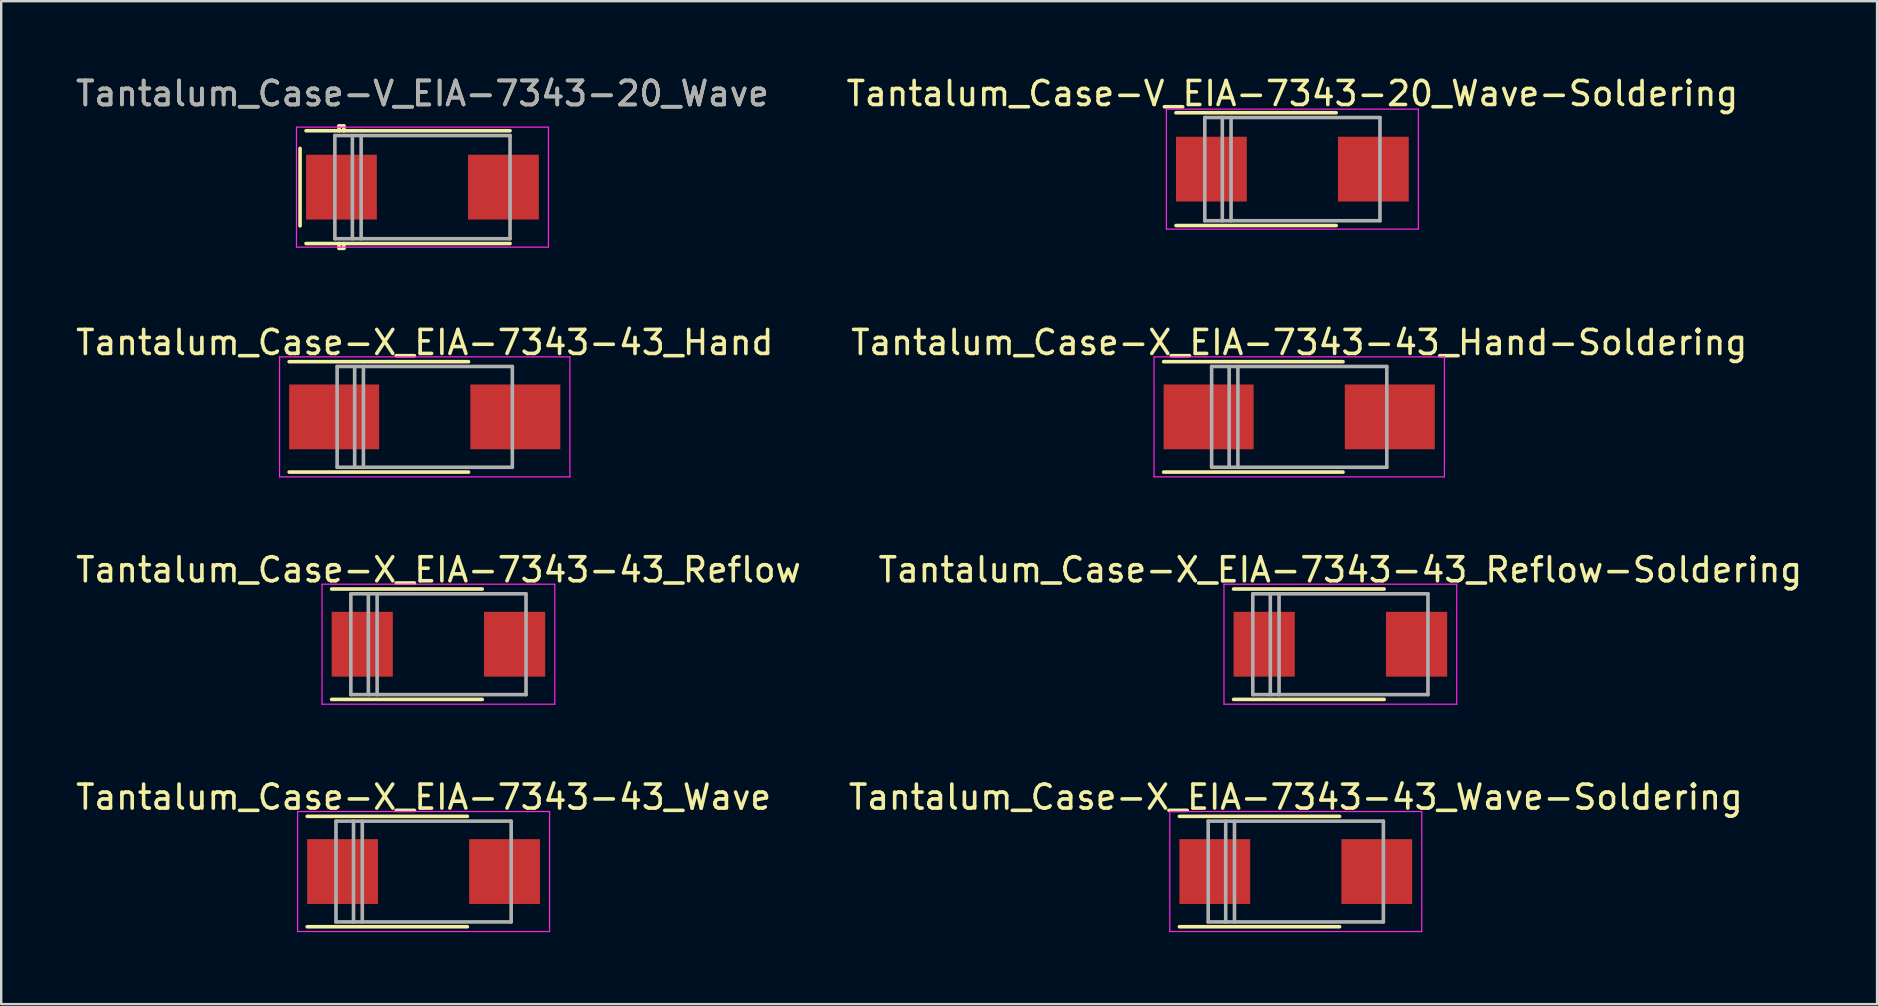
<source format=kicad_pcb>
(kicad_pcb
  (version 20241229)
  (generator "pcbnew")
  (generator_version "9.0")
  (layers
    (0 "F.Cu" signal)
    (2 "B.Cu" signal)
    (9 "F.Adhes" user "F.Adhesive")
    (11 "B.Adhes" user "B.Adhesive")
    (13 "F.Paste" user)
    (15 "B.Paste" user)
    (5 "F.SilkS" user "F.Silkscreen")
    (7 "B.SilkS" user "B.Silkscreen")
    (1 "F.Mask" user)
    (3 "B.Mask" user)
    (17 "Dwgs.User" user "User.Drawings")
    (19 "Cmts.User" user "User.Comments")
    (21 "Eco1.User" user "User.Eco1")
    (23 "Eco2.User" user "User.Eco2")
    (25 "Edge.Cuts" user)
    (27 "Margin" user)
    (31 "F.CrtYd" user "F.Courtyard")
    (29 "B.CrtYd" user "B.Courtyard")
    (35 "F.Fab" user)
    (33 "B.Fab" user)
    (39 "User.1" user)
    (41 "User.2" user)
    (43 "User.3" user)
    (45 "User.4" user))
  (footprint "Tantalum_Case-X_EIA-7343-43_Reflow"
    (layer "F.Cu")
    (at 15.22 23.795)
    (property "Reference" "Tantalum_Case-X_EIA-7343-43_Reflow" (at 0 -3.1 0) (layer "F.SilkS") (effects (font (size 1 1) (thickness 0.15))))
    (attr smd)
    (fp_line (start 1.825 -2.3) (end -4.45 -2.3) (stroke (width 0.15) (type solid)) (layer "F.SilkS"))
    (fp_line (start 1.825 2.3) (end -4.45 2.3) (stroke (width 0.15) (type solid)) (layer "F.SilkS"))
    (fp_line (start -4.85 -2.5) (end -4.85 2.5) (stroke (width 0.05) (type solid)) (layer "F.CrtYd"))
    (fp_line (start -4.85 2.5) (end 4.85 2.5) (stroke (width 0.05) (type solid)) (layer "F.CrtYd"))
    (fp_line (start 4.85 -2.5) (end -4.85 -2.5) (stroke (width 0.05) (type solid)) (layer "F.CrtYd"))
    (fp_line (start 4.85 2.5) (end 4.85 -2.5) (stroke (width 0.05) (type solid)) (layer "F.CrtYd"))
    (fp_line (start -3.65 -2.1) (end -3.65 2.1) (stroke (width 0.15) (type solid)) (layer "F.Fab"))
    (fp_line (start -3.65 2.1) (end 3.65 2.1) (stroke (width 0.15) (type solid)) (layer "F.Fab"))
    (fp_line (start -2.92 -2.1) (end -2.92 2.1) (stroke (width 0.15) (type solid)) (layer "F.Fab"))
    (fp_line (start -2.555 -2.1) (end -2.555 2.1) (stroke (width 0.15) (type solid)) (layer "F.Fab"))
    (fp_line (start 3.65 -2.1) (end -3.65 -2.1) (stroke (width 0.15) (type solid)) (layer "F.Fab"))
    (fp_line (start 3.65 2.1) (end 3.65 -2.1) (stroke (width 0.15) (type solid)) (layer "F.Fab"))
    (pad "1" smd rect (at -3.175 0) (size 2.55 2.7) (layers "F.Cu" "F.Mask" "F.Paste"))
    (pad "2" smd rect (at 3.175 0) (size 2.55 2.7) (layers "F.Cu" "F.Mask" "F.Paste")))
  (footprint "Tantalum_Case-X_EIA-7343-43_Wave-Soldering"
    (layer "F.Cu")
    (at 50.946 33.268)
    (property "Reference" "Tantalum_Case-X_EIA-7343-43_Wave-Soldering" (at 0 -3.1 0) (layer "F.SilkS") (effects (font (size 1 1) (thickness 0.15))))
    (attr smd)
    (fp_line (start 1.825 -2.3) (end -4.85 -2.3) (stroke (width 0.15) (type solid)) (layer "F.SilkS"))
    (fp_line (start 1.825 2.3) (end -4.85 2.3) (stroke (width 0.15) (type solid)) (layer "F.SilkS"))
    (fp_line (start -5.25 -2.5) (end -5.25 2.5) (stroke (width 0.05) (type solid)) (layer "F.CrtYd"))
    (fp_line (start -5.25 2.5) (end 5.25 2.5) (stroke (width 0.05) (type solid)) (layer "F.CrtYd"))
    (fp_line (start 5.25 -2.5) (end -5.25 -2.5) (stroke (width 0.05) (type solid)) (layer "F.CrtYd"))
    (fp_line (start 5.25 2.5) (end 5.25 -2.5) (stroke (width 0.05) (type solid)) (layer "F.CrtYd"))
    (fp_line (start -3.65 -2.1) (end -3.65 2.1) (stroke (width 0.15) (type solid)) (layer "F.Fab"))
    (fp_line (start -3.65 2.1) (end 3.65 2.1) (stroke (width 0.15) (type solid)) (layer "F.Fab"))
    (fp_line (start -2.92 -2.1) (end -2.92 2.1) (stroke (width 0.15) (type solid)) (layer "F.Fab"))
    (fp_line (start -2.555 -2.1) (end -2.555 2.1) (stroke (width 0.15) (type solid)) (layer "F.Fab"))
    (fp_line (start 3.65 -2.1) (end -3.65 -2.1) (stroke (width 0.15) (type solid)) (layer "F.Fab"))
    (fp_line (start 3.65 2.1) (end 3.65 -2.1) (stroke (width 0.15) (type solid)) (layer "F.Fab"))
    (pad "1" smd rect (at -3.375 0) (size 2.95 2.7) (layers "F.Cu" "F.Mask" "F.Paste"))
    (pad "2" smd rect (at 3.375 0) (size 2.95 2.7) (layers "F.Cu" "F.Mask" "F.Paste")))
  (footprint "Tantalum_Case-X_EIA-7343-43_Wave"
    (layer "F.Cu")
    (at 14.601 33.268)
    (property "Reference" "Tantalum_Case-X_EIA-7343-43_Wave" (at 0 -3.1 0) (layer "F.SilkS") (effects (font (size 1 1) (thickness 0.15))))
    (attr smd)
    (fp_line (start 1.825 -2.3) (end -4.85 -2.3) (stroke (width 0.15) (type solid)) (layer "F.SilkS"))
    (fp_line (start 1.825 2.3) (end -4.85 2.3) (stroke (width 0.15) (type solid)) (layer "F.SilkS"))
    (fp_line (start -5.25 -2.5) (end -5.25 2.5) (stroke (width 0.05) (type solid)) (layer "F.CrtYd"))
    (fp_line (start -5.25 2.5) (end 5.25 2.5) (stroke (width 0.05) (type solid)) (layer "F.CrtYd"))
    (fp_line (start 5.25 -2.5) (end -5.25 -2.5) (stroke (width 0.05) (type solid)) (layer "F.CrtYd"))
    (fp_line (start 5.25 2.5) (end 5.25 -2.5) (stroke (width 0.05) (type solid)) (layer "F.CrtYd"))
    (fp_line (start -3.65 -2.1) (end -3.65 2.1) (stroke (width 0.15) (type solid)) (layer "F.Fab"))
    (fp_line (start -3.65 2.1) (end 3.65 2.1) (stroke (width 0.15) (type solid)) (layer "F.Fab"))
    (fp_line (start -2.92 -2.1) (end -2.92 2.1) (stroke (width 0.15) (type solid)) (layer "F.Fab"))
    (fp_line (start -2.555 -2.1) (end -2.555 2.1) (stroke (width 0.15) (type solid)) (layer "F.Fab"))
    (fp_line (start 3.65 -2.1) (end -3.65 -2.1) (stroke (width 0.15) (type solid)) (layer "F.Fab"))
    (fp_line (start 3.65 2.1) (end 3.65 -2.1) (stroke (width 0.15) (type solid)) (layer "F.Fab"))
    (pad "1" smd rect (at -3.375 0) (size 2.95 2.7) (layers "F.Cu" "F.Mask" "F.Paste"))
    (pad "2" smd rect (at 3.375 0) (size 2.95 2.7) (layers "F.Cu" "F.Mask" "F.Paste")))
  (footprint "Tantalum_Case-X_EIA-7343-43_Reflow-Soldering"
    (layer "F.Cu")
    (at 52.804 23.795)
    (property "Reference" "Tantalum_Case-X_EIA-7343-43_Reflow-Soldering" (at 0 -3.1 0) (layer "F.SilkS") (effects (font (size 1 1) (thickness 0.15))))
    (attr smd)
    (fp_line (start 1.825 -2.3) (end -4.45 -2.3) (stroke (width 0.15) (type solid)) (layer "F.SilkS"))
    (fp_line (start 1.825 2.3) (end -4.45 2.3) (stroke (width 0.15) (type solid)) (layer "F.SilkS"))
    (fp_line (start -4.85 -2.5) (end -4.85 2.5) (stroke (width 0.05) (type solid)) (layer "F.CrtYd"))
    (fp_line (start -4.85 2.5) (end 4.85 2.5) (stroke (width 0.05) (type solid)) (layer "F.CrtYd"))
    (fp_line (start 4.85 -2.5) (end -4.85 -2.5) (stroke (width 0.05) (type solid)) (layer "F.CrtYd"))
    (fp_line (start 4.85 2.5) (end 4.85 -2.5) (stroke (width 0.05) (type solid)) (layer "F.CrtYd"))
    (fp_line (start -3.65 -2.1) (end -3.65 2.1) (stroke (width 0.15) (type solid)) (layer "F.Fab"))
    (fp_line (start -3.65 2.1) (end 3.65 2.1) (stroke (width 0.15) (type solid)) (layer "F.Fab"))
    (fp_line (start -2.92 -2.1) (end -2.92 2.1) (stroke (width 0.15) (type solid)) (layer "F.Fab"))
    (fp_line (start -2.555 -2.1) (end -2.555 2.1) (stroke (width 0.15) (type solid)) (layer "F.Fab"))
    (fp_line (start 3.65 -2.1) (end -3.65 -2.1) (stroke (width 0.15) (type solid)) (layer "F.Fab"))
    (fp_line (start 3.65 2.1) (end 3.65 -2.1) (stroke (width 0.15) (type solid)) (layer "F.Fab"))
    (pad "1" smd rect (at -3.175 0) (size 2.55 2.7) (layers "F.Cu" "F.Mask" "F.Paste"))
    (pad "2" smd rect (at 3.175 0) (size 2.55 2.7) (layers "F.Cu" "F.Mask" "F.Paste")))
  (footprint "Tantalum_Case-V_EIA-7343-20_Wave"
    (layer "F.Cu")
    (at 14.554 4.748)
    (property "Reference" "Tantalum_Case-V_EIA-7343-20_Wave" (at 0 -3.9 0) (layer "F.SilkS") (effects (font (size 1 1) (thickness 0.15))))
    (attr smd)
    (fp_line (start -5.1 -1.613) (end -5.1 1.613) (stroke (width 0.15) (type solid)) (layer "F.SilkS"))
    (fp_line (start -3.475 -2.55) (end -3.275 -2.55) (stroke (width 0.15) (type solid)) (layer "F.SilkS"))
    (fp_line (start -3.475 -2.35) (end -3.475 -2.55) (stroke (width 0.15) (type solid)) (layer "F.SilkS"))
    (fp_line (start -3.475 2.35) (end -3.475 2.55) (stroke (width 0.15) (type solid)) (layer "F.SilkS"))
    (fp_line (start -3.475 2.55) (end -3.275 2.55) (stroke (width 0.15) (type solid)) (layer "F.SilkS"))
    (fp_line (start -3.275 -2.55) (end -3.275 -2.35) (stroke (width 0.15) (type solid)) (layer "F.SilkS"))
    (fp_line (start -3.275 2.55) (end -3.275 2.35) (stroke (width 0.15) (type solid)) (layer "F.SilkS"))
    (fp_line (start 3.65 -2.35) (end -4.85 -2.35) (stroke (width 0.15) (type solid)) (layer "F.SilkS"))
    (fp_line (start 3.65 2.35) (end -4.85 2.35) (stroke (width 0.15) (type solid)) (layer "F.SilkS"))
    (fp_line (start -5.25 -2.5) (end -5.25 2.5) (stroke (width 0.05) (type solid)) (layer "F.CrtYd"))
    (fp_line (start -5.25 2.5) (end 5.25 2.5) (stroke (width 0.05) (type solid)) (layer "F.CrtYd"))
    (fp_line (start 5.25 -2.5) (end -5.25 -2.5) (stroke (width 0.05) (type solid)) (layer "F.CrtYd"))
    (fp_line (start 5.25 2.5) (end 5.25 -2.5) (stroke (width 0.05) (type solid)) (layer "F.CrtYd"))
    (fp_line (start -3.65 -2.15) (end -3.65 2.15) (stroke (width 0.15) (type solid)) (layer "F.Fab"))
    (fp_line (start -3.65 2.15) (end 3.65 2.15) (stroke (width 0.15) (type solid)) (layer "F.Fab"))
    (fp_line (start -2.92 -2.15) (end -2.92 2.15) (stroke (width 0.15) (type solid)) (layer "F.Fab"))
    (fp_line (start -2.555 -2.15) (end -2.555 2.15) (stroke (width 0.15) (type solid)) (layer "F.Fab"))
    (fp_line (start 3.65 -2.15) (end -3.65 -2.15) (stroke (width 0.15) (type solid)) (layer "F.Fab"))
    (fp_line (start 3.65 2.15) (end 3.65 -2.15) (stroke (width 0.15) (type solid)) (layer "F.Fab"))
    (fp_text user "${REFERENCE}" (at 0 -3.9 0) (layer "F.Fab") (effects (font (size 1 1) (thickness 0.15))))
    (pad "1" smd rect (at -3.375 0) (size 2.95 2.7) (layers "F.Cu" "F.Mask" "F.Paste"))
    (pad "2" smd rect (at 3.375 0) (size 2.95 2.7) (layers "F.Cu" "F.Mask" "F.Paste")))
  (footprint "Tantalum_Case-X_EIA-7343-43_Hand"
    (layer "F.Cu")
    (at 14.649 14.322)
    (property "Reference" "Tantalum_Case-X_EIA-7343-43_Hand" (at 0 -3.1 0) (layer "F.SilkS") (effects (font (size 1 1) (thickness 0.15))))
    (attr smd)
    (fp_line (start 1.825 -2.3) (end -5.65 -2.3) (stroke (width 0.15) (type solid)) (layer "F.SilkS"))
    (fp_line (start 1.825 2.3) (end -5.65 2.3) (stroke (width 0.15) (type solid)) (layer "F.SilkS"))
    (fp_line (start -6.05 -2.5) (end -6.05 2.5) (stroke (width 0.05) (type solid)) (layer "F.CrtYd"))
    (fp_line (start -6.05 2.5) (end 6.05 2.5) (stroke (width 0.05) (type solid)) (layer "F.CrtYd"))
    (fp_line (start 6.05 -2.5) (end -6.05 -2.5) (stroke (width 0.05) (type solid)) (layer "F.CrtYd"))
    (fp_line (start 6.05 2.5) (end 6.05 -2.5) (stroke (width 0.05) (type solid)) (layer "F.CrtYd"))
    (fp_line (start -3.65 -2.1) (end -3.65 2.1) (stroke (width 0.15) (type solid)) (layer "F.Fab"))
    (fp_line (start -3.65 2.1) (end 3.65 2.1) (stroke (width 0.15) (type solid)) (layer "F.Fab"))
    (fp_line (start -2.92 -2.1) (end -2.92 2.1) (stroke (width 0.15) (type solid)) (layer "F.Fab"))
    (fp_line (start -2.555 -2.1) (end -2.555 2.1) (stroke (width 0.15) (type solid)) (layer "F.Fab"))
    (fp_line (start 3.65 -2.1) (end -3.65 -2.1) (stroke (width 0.15) (type solid)) (layer "F.Fab"))
    (fp_line (start 3.65 2.1) (end 3.65 -2.1) (stroke (width 0.15) (type solid)) (layer "F.Fab"))
    (pad "1" smd rect (at -3.775 0) (size 3.75 2.7) (layers "F.Cu" "F.Mask" "F.Paste"))
    (pad "2" smd rect (at 3.775 0) (size 3.75 2.7) (layers "F.Cu" "F.Mask" "F.Paste")))
  (footprint "Tantalum_Case-V_EIA-7343-20_Wave-Soldering"
    (layer "F.Cu")
    (at 50.804 3.998)
    (property "Reference" "Tantalum_Case-V_EIA-7343-20_Wave-Soldering" (at 0 -3.15 0) (layer "F.SilkS") (effects (font (size 1 1) (thickness 0.15))))
    (attr smd)
    (fp_line (start 1.825 -2.35) (end -4.85 -2.35) (stroke (width 0.15) (type solid)) (layer "F.SilkS"))
    (fp_line (start 1.825 2.35) (end -4.85 2.35) (stroke (width 0.15) (type solid)) (layer "F.SilkS"))
    (fp_line (start -5.25 -2.5) (end -5.25 2.5) (stroke (width 0.05) (type solid)) (layer "F.CrtYd"))
    (fp_line (start -5.25 2.5) (end 5.25 2.5) (stroke (width 0.05) (type solid)) (layer "F.CrtYd"))
    (fp_line (start 5.25 -2.5) (end -5.25 -2.5) (stroke (width 0.05) (type solid)) (layer "F.CrtYd"))
    (fp_line (start 5.25 2.5) (end 5.25 -2.5) (stroke (width 0.05) (type solid)) (layer "F.CrtYd"))
    (fp_line (start -3.65 -2.15) (end -3.65 2.15) (stroke (width 0.15) (type solid)) (layer "F.Fab"))
    (fp_line (start -3.65 2.15) (end 3.65 2.15) (stroke (width 0.15) (type solid)) (layer "F.Fab"))
    (fp_line (start -2.92 -2.15) (end -2.92 2.15) (stroke (width 0.15) (type solid)) (layer "F.Fab"))
    (fp_line (start -2.555 -2.15) (end -2.555 2.15) (stroke (width 0.15) (type solid)) (layer "F.Fab"))
    (fp_line (start 3.65 -2.15) (end -3.65 -2.15) (stroke (width 0.15) (type solid)) (layer "F.Fab"))
    (fp_line (start 3.65 2.15) (end 3.65 -2.15) (stroke (width 0.15) (type solid)) (layer "F.Fab"))
    (pad "1" smd rect (at -3.375 0) (size 2.95 2.7) (layers "F.Cu" "F.Mask" "F.Paste"))
    (pad "2" smd rect (at 3.375 0) (size 2.95 2.7) (layers "F.Cu" "F.Mask" "F.Paste")))
  (footprint "Tantalum_Case-X_EIA-7343-43_Hand-Soldering"
    (layer "F.Cu")
    (at 51.089 14.322)
    (property "Reference" "Tantalum_Case-X_EIA-7343-43_Hand-Soldering" (at 0 -3.1 0) (layer "F.SilkS") (effects (font (size 1 1) (thickness 0.15))))
    (attr smd)
    (fp_line (start 1.825 -2.3) (end -5.65 -2.3) (stroke (width 0.15) (type solid)) (layer "F.SilkS"))
    (fp_line (start 1.825 2.3) (end -5.65 2.3) (stroke (width 0.15) (type solid)) (layer "F.SilkS"))
    (fp_line (start -6.05 -2.5) (end -6.05 2.5) (stroke (width 0.05) (type solid)) (layer "F.CrtYd"))
    (fp_line (start -6.05 2.5) (end 6.05 2.5) (stroke (width 0.05) (type solid)) (layer "F.CrtYd"))
    (fp_line (start 6.05 -2.5) (end -6.05 -2.5) (stroke (width 0.05) (type solid)) (layer "F.CrtYd"))
    (fp_line (start 6.05 2.5) (end 6.05 -2.5) (stroke (width 0.05) (type solid)) (layer "F.CrtYd"))
    (fp_line (start -3.65 -2.1) (end -3.65 2.1) (stroke (width 0.15) (type solid)) (layer "F.Fab"))
    (fp_line (start -3.65 2.1) (end 3.65 2.1) (stroke (width 0.15) (type solid)) (layer "F.Fab"))
    (fp_line (start -2.92 -2.1) (end -2.92 2.1) (stroke (width 0.15) (type solid)) (layer "F.Fab"))
    (fp_line (start -2.555 -2.1) (end -2.555 2.1) (stroke (width 0.15) (type solid)) (layer "F.Fab"))
    (fp_line (start 3.65 -2.1) (end -3.65 -2.1) (stroke (width 0.15) (type solid)) (layer "F.Fab"))
    (fp_line (start 3.65 2.1) (end 3.65 -2.1) (stroke (width 0.15) (type solid)) (layer "F.Fab"))
    (pad "1" smd rect (at -3.775 0) (size 3.75 2.7) (layers "F.Cu" "F.Mask" "F.Paste"))
    (pad "2" smd rect (at 3.775 0) (size 3.75 2.7) (layers "F.Cu" "F.Mask" "F.Paste")))
  (gr_rect
    (start -3 -3)
    (end 75.167 38.793)
    (stroke (width 0.1) (type default))
    (fill no)
    (layer "Edge.Cuts")))
</source>
